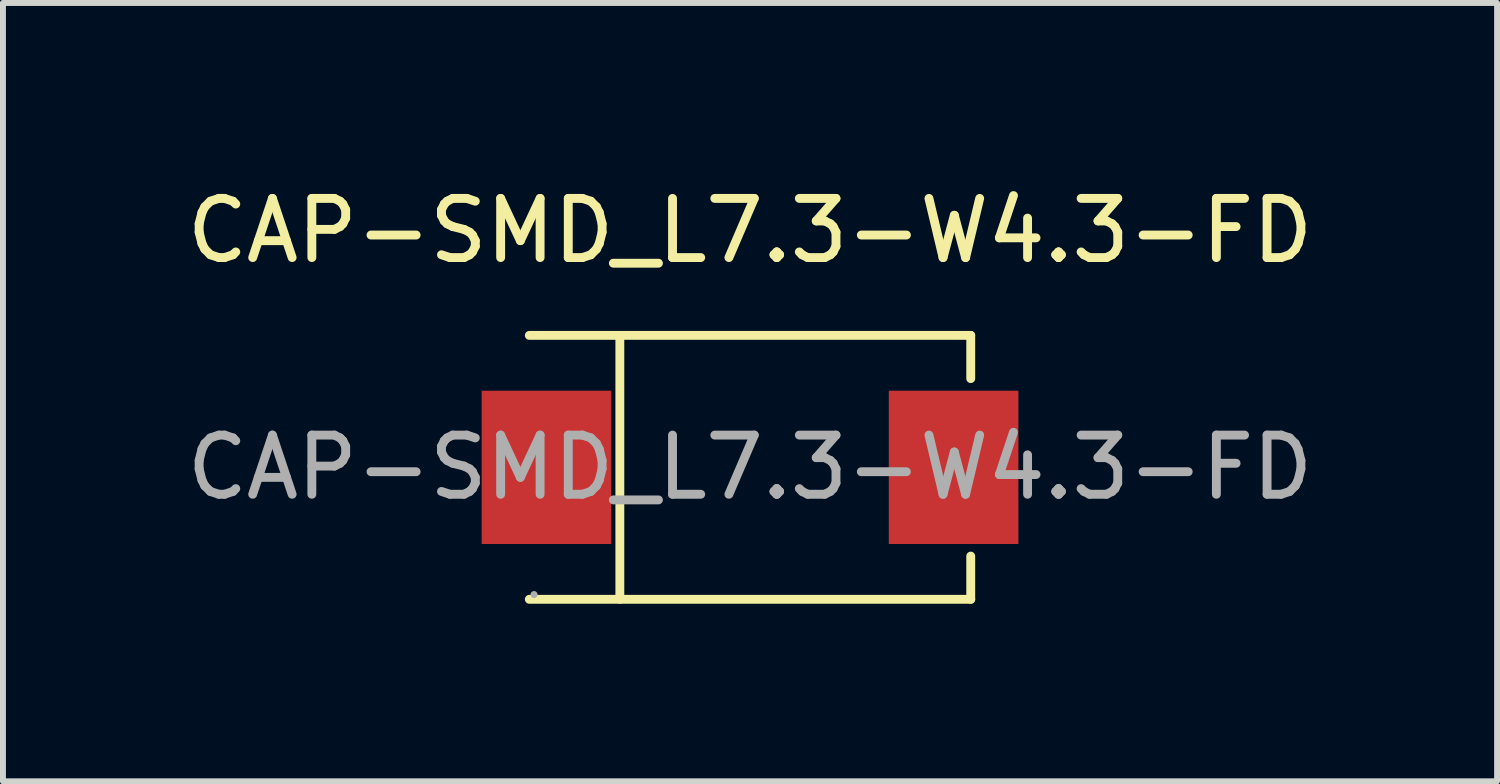
<source format=kicad_pcb>
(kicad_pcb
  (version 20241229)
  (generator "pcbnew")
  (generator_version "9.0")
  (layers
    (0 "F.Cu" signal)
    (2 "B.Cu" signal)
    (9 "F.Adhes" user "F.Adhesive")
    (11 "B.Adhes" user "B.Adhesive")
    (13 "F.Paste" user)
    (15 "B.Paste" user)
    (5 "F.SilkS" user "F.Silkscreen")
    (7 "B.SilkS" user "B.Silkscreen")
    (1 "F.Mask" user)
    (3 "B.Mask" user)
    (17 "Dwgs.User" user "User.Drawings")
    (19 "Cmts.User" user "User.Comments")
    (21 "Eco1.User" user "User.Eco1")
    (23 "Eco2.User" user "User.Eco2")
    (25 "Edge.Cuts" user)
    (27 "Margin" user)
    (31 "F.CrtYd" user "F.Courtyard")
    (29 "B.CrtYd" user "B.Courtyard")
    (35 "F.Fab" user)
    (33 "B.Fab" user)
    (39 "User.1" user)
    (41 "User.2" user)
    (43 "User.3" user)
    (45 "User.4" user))
  (footprint "CAP-SMD_L7.3-W4.3-FD"
    (layer "F.Cu")
    (at 9.625 4.848)
    (property "Reference" "CAP-SMD_L7.3-W4.3-FD" (at 0 -4 0) (layer "F.SilkS") (effects (font (size 1 1) (thickness 0.15))))
    (attr smd)
    (fp_line (start -3.73 -2.23) (end 3.73 -2.23) (stroke (width 0.15) (type solid)) (layer "F.SilkS"))
    (fp_line (start -3.73 2.23) (end 3.73 2.23) (stroke (width 0.15) (type solid)) (layer "F.SilkS"))
    (fp_line (start -2.2 -2.23) (end -2.2 2.23) (stroke (width 0.15) (type solid)) (layer "F.SilkS"))
    (fp_line (start 3.73 -2.23) (end 3.73 -1.5) (stroke (width 0.15) (type solid)) (layer "F.SilkS"))
    (fp_line (start 3.73 2.23) (end 3.73 1.5) (stroke (width 0.15) (type solid)) (layer "F.SilkS"))
    (fp_circle (center -3.65 2.15) (end -3.62 2.15) (stroke (width 0.06) (type solid)) (fill no) (layer "F.Fab"))
    (fp_text user "${REFERENCE}" (at 0 0 0) (layer "F.Fab") (effects (font (size 1 1) (thickness 0.15))))
    (pad "1" smd rect (at -3.44 0 180) (size 2.19 2.59) (layers "F.Cu" "F.Mask" "F.Paste"))
    (pad "2" smd rect (at 3.44 0 180) (size 2.19 2.59) (layers "F.Cu" "F.Mask" "F.Paste")))
  (gr_rect
    (start -3 -3)
    (end 22.25 10.153)
    (stroke (width 0.1) (type default))
    (fill no)
    (layer "Edge.Cuts")))
</source>
